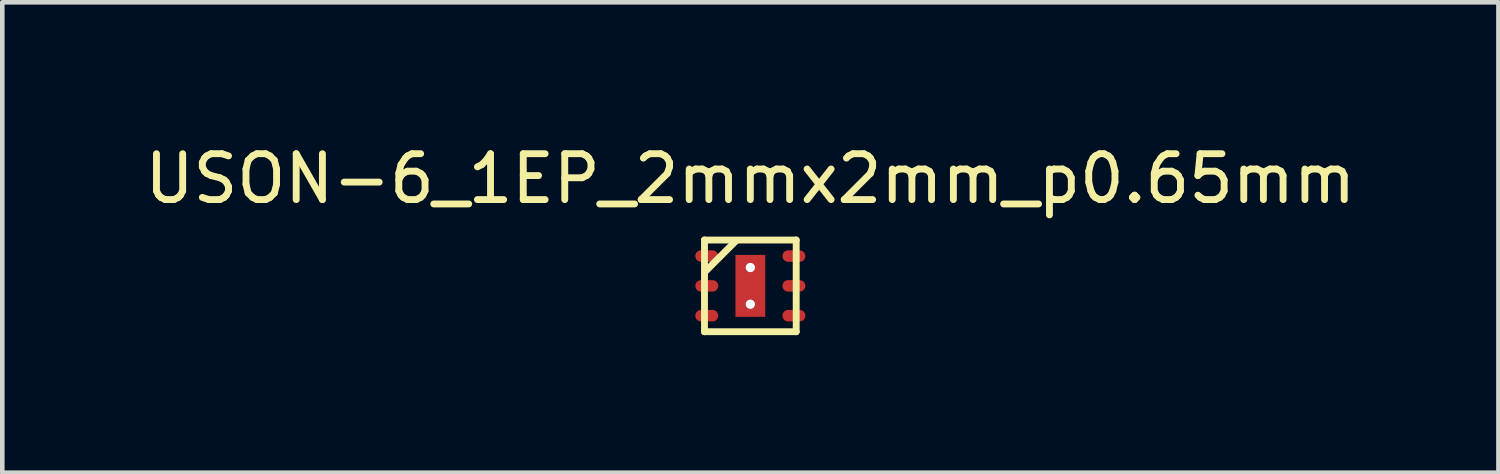
<source format=kicad_pcb>
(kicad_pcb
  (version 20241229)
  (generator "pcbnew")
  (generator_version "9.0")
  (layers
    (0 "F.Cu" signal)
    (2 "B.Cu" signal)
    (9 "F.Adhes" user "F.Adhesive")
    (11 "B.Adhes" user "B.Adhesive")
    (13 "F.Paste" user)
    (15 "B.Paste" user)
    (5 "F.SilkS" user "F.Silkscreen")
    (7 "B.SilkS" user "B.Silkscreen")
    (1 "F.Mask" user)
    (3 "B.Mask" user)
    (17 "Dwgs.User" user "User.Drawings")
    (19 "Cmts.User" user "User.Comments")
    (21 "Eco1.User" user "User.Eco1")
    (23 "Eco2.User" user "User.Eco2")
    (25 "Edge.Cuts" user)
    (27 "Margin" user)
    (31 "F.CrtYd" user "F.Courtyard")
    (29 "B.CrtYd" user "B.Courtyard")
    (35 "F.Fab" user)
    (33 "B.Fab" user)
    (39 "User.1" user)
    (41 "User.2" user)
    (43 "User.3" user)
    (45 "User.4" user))
  (footprint "USON-6_1EP_2mmx2mm_p0.65mm"
    (layer "F.Cu")
    (at 13.315 3.185)
    (property "Reference" "USON-6_1EP_2mmx2mm_p0.65mm" (at 0 -2.337 0) (layer "F.SilkS") (effects (font (size 1 1) (thickness 0.15))))
    (attr through_hole)
    (fp_line (start -1 -1) (end 1 -1) (stroke (width 0.15) (type solid)) (layer "F.SilkS"))
    (fp_line (start -1 1) (end -1 -1) (stroke (width 0.15) (type solid)) (layer "F.SilkS"))
    (fp_line (start -0.991 -0.305) (end -0.305 -0.991) (stroke (width 0.15) (type solid)) (layer "F.SilkS"))
    (fp_line (start 1 -1) (end 1 1) (stroke (width 0.15) (type solid)) (layer "F.SilkS"))
    (fp_line (start 1 1) (end -1 1) (stroke (width 0.15) (type solid)) (layer "F.SilkS"))
    (pad "1" smd oval (at -0.95 -0.65) (size 0.5 0.25) (layers "F.Cu" "F.Mask" "F.Paste"))
    (pad "2" smd oval (at -0.95 0) (size 0.5 0.25) (layers "F.Cu" "F.Mask" "F.Paste"))
    (pad "3" smd oval (at -0.95 0.65) (size 0.5 0.25) (layers "F.Cu" "F.Mask" "F.Paste"))
    (pad "4" smd oval (at 0.95 0.65) (size 0.5 0.25) (layers "F.Cu" "F.Mask" "F.Paste"))
    (pad "5" smd oval (at 0.95 0) (size 0.5 0.25) (layers "F.Cu" "F.Mask" "F.Paste"))
    (pad "6" smd oval (at 0.95 -0.65) (size 0.5 0.25) (layers "F.Cu" "F.Mask" "F.Paste"))
    (pad "7" thru_hole circle (at 0 -0.4) (size 0.2 0.2) (drill 0.2) (layers "*.Cu" "*.Mask"))
    (pad "7" smd rect (at 0 0) (size 0.65 1.35) (layers "F.Cu" "F.Mask" "F.Paste"))
    (pad "7" thru_hole circle (at 0 0.4) (size 0.2 0.2) (drill 0.2) (layers "*.Cu" "*.Mask")))
  (gr_rect
    (start -3 -3)
    (end 29.631 7.26)
    (stroke (width 0.1) (type default))
    (fill no)
    (layer "Edge.Cuts")))
</source>
